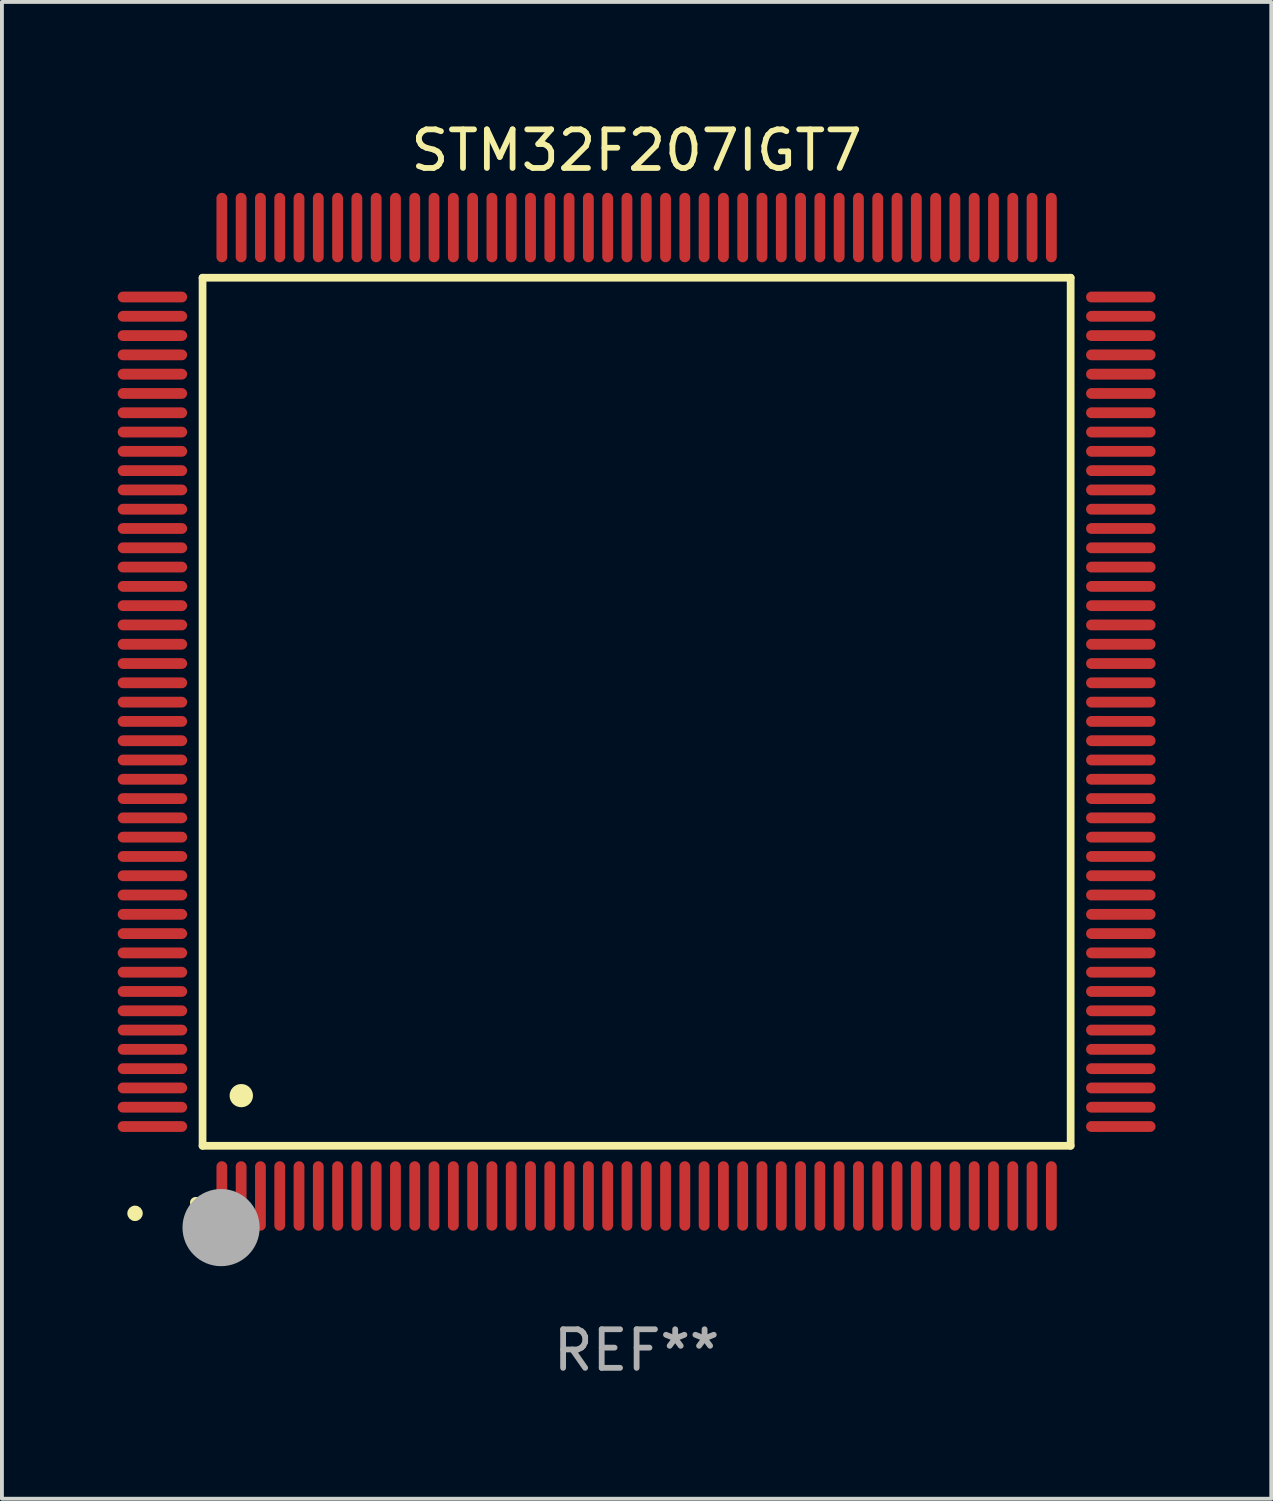
<source format=kicad_pcb>
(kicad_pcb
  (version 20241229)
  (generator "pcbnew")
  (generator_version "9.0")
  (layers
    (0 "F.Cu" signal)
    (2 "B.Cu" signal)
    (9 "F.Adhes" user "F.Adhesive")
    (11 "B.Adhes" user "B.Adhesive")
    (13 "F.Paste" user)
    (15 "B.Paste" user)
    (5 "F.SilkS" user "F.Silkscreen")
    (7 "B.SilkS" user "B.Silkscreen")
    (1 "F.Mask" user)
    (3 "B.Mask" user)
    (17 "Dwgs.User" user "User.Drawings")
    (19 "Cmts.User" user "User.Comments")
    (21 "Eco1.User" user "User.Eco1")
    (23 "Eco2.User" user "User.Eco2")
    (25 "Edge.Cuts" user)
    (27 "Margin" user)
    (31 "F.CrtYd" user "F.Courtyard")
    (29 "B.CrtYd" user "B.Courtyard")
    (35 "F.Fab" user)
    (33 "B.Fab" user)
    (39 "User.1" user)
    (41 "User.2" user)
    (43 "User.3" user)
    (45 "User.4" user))
  (footprint "STM32F207IGT7"
    (layer "F.Cu")
    (at 13.45 15.398)
    (property "Reference" "STM32F207IGT7" (at 0 -14.55 0) (layer "F.SilkS") (effects (font (size 1 1) (thickness 0.15))))
    (attr through_hole)
    (fp_line (start -11.25 -11.25) (end 11.25 -11.25) (stroke (width 0.2) (type solid)) (layer "F.SilkS"))
    (fp_line (start -11.25 11.25) (end -11.25 -11.25) (stroke (width 0.2) (type solid)) (layer "F.SilkS"))
    (fp_line (start 11.25 -11.25) (end 11.25 11.25) (stroke (width 0.2) (type solid)) (layer "F.SilkS"))
    (fp_line (start 11.25 11.25) (end -11.25 11.25) (stroke (width 0.2) (type solid)) (layer "F.SilkS"))
    (fp_arc (start -11.424943 12.725425) (mid -11.423673 12.72542) (end -11.422403 12.725425) (stroke (width 0.3) (type solid)) (layer "F.SilkS"))
    (fp_arc (start -10.24892 9.9492) (mid -10.24638 9.949189) (end -10.24384 9.9492) (stroke (width 0.6) (type solid)) (layer "F.SilkS"))
    (fp_circle (center -13 13) (end -12.9 13) (stroke (width 0.2) (type solid)) (fill no) (layer "F.SilkS"))
    (fp_circle (center -10.77 13.37) (end -10.27 13.37) (stroke (width 1) (type solid)) (fill no) (layer "F.Fab"))
    (fp_text user "REF**" (at 0 16.55 0) (layer "F.Fab") (effects (font (size 1 1) (thickness 0.15))))
    (pad "1" smd oval (at -10.75 12.55) (size 0.28 1.8) (layers "F.Cu" "F.Mask" "F.Paste"))
    (pad "2" smd oval (at -10.25 12.55) (size 0.28 1.8) (layers "F.Cu" "F.Mask" "F.Paste"))
    (pad "3" smd oval (at -9.75 12.55) (size 0.28 1.8) (layers "F.Cu" "F.Mask" "F.Paste"))
    (pad "4" smd oval (at -9.25 12.55) (size 0.28 1.8) (layers "F.Cu" "F.Mask" "F.Paste"))
    (pad "5" smd oval (at -8.75 12.55) (size 0.28 1.8) (layers "F.Cu" "F.Mask" "F.Paste"))
    (pad "6" smd oval (at -8.25 12.55) (size 0.28 1.8) (layers "F.Cu" "F.Mask" "F.Paste"))
    (pad "7" smd oval (at -7.75 12.55) (size 0.28 1.8) (layers "F.Cu" "F.Mask" "F.Paste"))
    (pad "8" smd oval (at -7.25 12.55) (size 0.28 1.8) (layers "F.Cu" "F.Mask" "F.Paste"))
    (pad "9" smd oval (at -6.75 12.55) (size 0.28 1.8) (layers "F.Cu" "F.Mask" "F.Paste"))
    (pad "10" smd oval (at -6.25 12.55) (size 0.28 1.8) (layers "F.Cu" "F.Mask" "F.Paste"))
    (pad "11" smd oval (at -5.75 12.55) (size 0.28 1.8) (layers "F.Cu" "F.Mask" "F.Paste"))
    (pad "12" smd oval (at -5.25 12.55) (size 0.28 1.8) (layers "F.Cu" "F.Mask" "F.Paste"))
    (pad "13" smd oval (at -4.75 12.55) (size 0.28 1.8) (layers "F.Cu" "F.Mask" "F.Paste"))
    (pad "14" smd oval (at -4.25 12.55) (size 0.28 1.8) (layers "F.Cu" "F.Mask" "F.Paste"))
    (pad "15" smd oval (at -3.75 12.55) (size 0.28 1.8) (layers "F.Cu" "F.Mask" "F.Paste"))
    (pad "16" smd oval (at -3.25 12.55) (size 0.28 1.8) (layers "F.Cu" "F.Mask" "F.Paste"))
    (pad "17" smd oval (at -2.75 12.55) (size 0.28 1.8) (layers "F.Cu" "F.Mask" "F.Paste"))
    (pad "18" smd oval (at -2.25 12.55) (size 0.28 1.8) (layers "F.Cu" "F.Mask" "F.Paste"))
    (pad "19" smd oval (at -1.75 12.55) (size 0.28 1.8) (layers "F.Cu" "F.Mask" "F.Paste"))
    (pad "20" smd oval (at -1.25 12.55) (size 0.28 1.8) (layers "F.Cu" "F.Mask" "F.Paste"))
    (pad "21" smd oval (at -0.75 12.55) (size 0.28 1.8) (layers "F.Cu" "F.Mask" "F.Paste"))
    (pad "22" smd oval (at -0.25 12.55) (size 0.28 1.8) (layers "F.Cu" "F.Mask" "F.Paste"))
    (pad "23" smd oval (at 0.25 12.55) (size 0.28 1.8) (layers "F.Cu" "F.Mask" "F.Paste"))
    (pad "24" smd oval (at 0.75 12.55) (size 0.28 1.8) (layers "F.Cu" "F.Mask" "F.Paste"))
    (pad "25" smd oval (at 1.25 12.55) (size 0.28 1.8) (layers "F.Cu" "F.Mask" "F.Paste"))
    (pad "26" smd oval (at 1.75 12.55) (size 0.28 1.8) (layers "F.Cu" "F.Mask" "F.Paste"))
    (pad "27" smd oval (at 2.25 12.55) (size 0.28 1.8) (layers "F.Cu" "F.Mask" "F.Paste"))
    (pad "28" smd oval (at 2.75 12.55) (size 0.28 1.8) (layers "F.Cu" "F.Mask" "F.Paste"))
    (pad "29" smd oval (at 3.25 12.55) (size 0.28 1.8) (layers "F.Cu" "F.Mask" "F.Paste"))
    (pad "30" smd oval (at 3.75 12.55) (size 0.28 1.8) (layers "F.Cu" "F.Mask" "F.Paste"))
    (pad "31" smd oval (at 4.25 12.55) (size 0.28 1.8) (layers "F.Cu" "F.Mask" "F.Paste"))
    (pad "32" smd oval (at 4.75 12.55) (size 0.28 1.8) (layers "F.Cu" "F.Mask" "F.Paste"))
    (pad "33" smd oval (at 5.25 12.55) (size 0.28 1.8) (layers "F.Cu" "F.Mask" "F.Paste"))
    (pad "34" smd oval (at 5.75 12.55) (size 0.28 1.8) (layers "F.Cu" "F.Mask" "F.Paste"))
    (pad "35" smd oval (at 6.25 12.55) (size 0.28 1.8) (layers "F.Cu" "F.Mask" "F.Paste"))
    (pad "36" smd oval (at 6.75 12.55) (size 0.28 1.8) (layers "F.Cu" "F.Mask" "F.Paste"))
    (pad "37" smd oval (at 7.25 12.55) (size 0.28 1.8) (layers "F.Cu" "F.Mask" "F.Paste"))
    (pad "38" smd oval (at 7.75 12.55) (size 0.28 1.8) (layers "F.Cu" "F.Mask" "F.Paste"))
    (pad "39" smd oval (at 8.25 12.55) (size 0.28 1.8) (layers "F.Cu" "F.Mask" "F.Paste"))
    (pad "40" smd oval (at 8.75 12.55) (size 0.28 1.8) (layers "F.Cu" "F.Mask" "F.Paste"))
    (pad "41" smd oval (at 9.25 12.55) (size 0.28 1.8) (layers "F.Cu" "F.Mask" "F.Paste"))
    (pad "42" smd oval (at 9.75 12.55) (size 0.28 1.8) (layers "F.Cu" "F.Mask" "F.Paste"))
    (pad "43" smd oval (at 10.25 12.55) (size 0.28 1.8) (layers "F.Cu" "F.Mask" "F.Paste"))
    (pad "44" smd oval (at 10.75 12.55) (size 0.28 1.8) (layers "F.Cu" "F.Mask" "F.Paste"))
    (pad "45" smd oval (at 12.55 10.75) (size 1.8 0.28) (layers "F.Cu" "F.Mask" "F.Paste"))
    (pad "46" smd oval (at 12.55 10.25) (size 1.8 0.28) (layers "F.Cu" "F.Mask" "F.Paste"))
    (pad "47" smd oval (at 12.55 9.75) (size 1.8 0.28) (layers "F.Cu" "F.Mask" "F.Paste"))
    (pad "48" smd oval (at 12.55 9.25) (size 1.8 0.28) (layers "F.Cu" "F.Mask" "F.Paste"))
    (pad "49" smd oval (at 12.55 8.75) (size 1.8 0.28) (layers "F.Cu" "F.Mask" "F.Paste"))
    (pad "50" smd oval (at 12.55 8.25) (size 1.8 0.28) (layers "F.Cu" "F.Mask" "F.Paste"))
    (pad "51" smd oval (at 12.55 7.75) (size 1.8 0.28) (layers "F.Cu" "F.Mask" "F.Paste"))
    (pad "52" smd oval (at 12.55 7.25) (size 1.8 0.28) (layers "F.Cu" "F.Mask" "F.Paste"))
    (pad "53" smd oval (at 12.55 6.75) (size 1.8 0.28) (layers "F.Cu" "F.Mask" "F.Paste"))
    (pad "54" smd oval (at 12.55 6.25) (size 1.8 0.28) (layers "F.Cu" "F.Mask" "F.Paste"))
    (pad "55" smd oval (at 12.55 5.75) (size 1.8 0.28) (layers "F.Cu" "F.Mask" "F.Paste"))
    (pad "56" smd oval (at 12.55 5.25) (size 1.8 0.28) (layers "F.Cu" "F.Mask" "F.Paste"))
    (pad "57" smd oval (at 12.55 4.75) (size 1.8 0.28) (layers "F.Cu" "F.Mask" "F.Paste"))
    (pad "58" smd oval (at 12.55 4.25) (size 1.8 0.28) (layers "F.Cu" "F.Mask" "F.Paste"))
    (pad "59" smd oval (at 12.55 3.75) (size 1.8 0.28) (layers "F.Cu" "F.Mask" "F.Paste"))
    (pad "60" smd oval (at 12.55 3.25) (size 1.8 0.28) (layers "F.Cu" "F.Mask" "F.Paste"))
    (pad "61" smd oval (at 12.55 2.75) (size 1.8 0.28) (layers "F.Cu" "F.Mask" "F.Paste"))
    (pad "62" smd oval (at 12.55 2.25) (size 1.8 0.28) (layers "F.Cu" "F.Mask" "F.Paste"))
    (pad "63" smd oval (at 12.55 1.75) (size 1.8 0.28) (layers "F.Cu" "F.Mask" "F.Paste"))
    (pad "64" smd oval (at 12.55 1.25) (size 1.8 0.28) (layers "F.Cu" "F.Mask" "F.Paste"))
    (pad "65" smd oval (at 12.55 0.75) (size 1.8 0.28) (layers "F.Cu" "F.Mask" "F.Paste"))
    (pad "66" smd oval (at 12.55 0.25) (size 1.8 0.28) (layers "F.Cu" "F.Mask" "F.Paste"))
    (pad "67" smd oval (at 12.55 -0.25) (size 1.8 0.28) (layers "F.Cu" "F.Mask" "F.Paste"))
    (pad "68" smd oval (at 12.55 -0.75) (size 1.8 0.28) (layers "F.Cu" "F.Mask" "F.Paste"))
    (pad "69" smd oval (at 12.55 -1.25) (size 1.8 0.28) (layers "F.Cu" "F.Mask" "F.Paste"))
    (pad "70" smd oval (at 12.55 -1.75) (size 1.8 0.28) (layers "F.Cu" "F.Mask" "F.Paste"))
    (pad "71" smd oval (at 12.55 -2.25) (size 1.8 0.28) (layers "F.Cu" "F.Mask" "F.Paste"))
    (pad "72" smd oval (at 12.55 -2.75) (size 1.8 0.28) (layers "F.Cu" "F.Mask" "F.Paste"))
    (pad "73" smd oval (at 12.55 -3.25) (size 1.8 0.28) (layers "F.Cu" "F.Mask" "F.Paste"))
    (pad "74" smd oval (at 12.55 -3.75) (size 1.8 0.28) (layers "F.Cu" "F.Mask" "F.Paste"))
    (pad "75" smd oval (at 12.55 -4.25) (size 1.8 0.28) (layers "F.Cu" "F.Mask" "F.Paste"))
    (pad "76" smd oval (at 12.55 -4.75) (size 1.8 0.28) (layers "F.Cu" "F.Mask" "F.Paste"))
    (pad "77" smd oval (at 12.55 -5.25) (size 1.8 0.28) (layers "F.Cu" "F.Mask" "F.Paste"))
    (pad "78" smd oval (at 12.55 -5.75) (size 1.8 0.28) (layers "F.Cu" "F.Mask" "F.Paste"))
    (pad "79" smd oval (at 12.55 -6.25) (size 1.8 0.28) (layers "F.Cu" "F.Mask" "F.Paste"))
    (pad "80" smd oval (at 12.55 -6.75) (size 1.8 0.28) (layers "F.Cu" "F.Mask" "F.Paste"))
    (pad "81" smd oval (at 12.55 -7.25) (size 1.8 0.28) (layers "F.Cu" "F.Mask" "F.Paste"))
    (pad "82" smd oval (at 12.55 -7.75) (size 1.8 0.28) (layers "F.Cu" "F.Mask" "F.Paste"))
    (pad "83" smd oval (at 12.55 -8.25) (size 1.8 0.28) (layers "F.Cu" "F.Mask" "F.Paste"))
    (pad "84" smd oval (at 12.55 -8.75) (size 1.8 0.28) (layers "F.Cu" "F.Mask" "F.Paste"))
    (pad "85" smd oval (at 12.55 -9.25) (size 1.8 0.28) (layers "F.Cu" "F.Mask" "F.Paste"))
    (pad "86" smd oval (at 12.55 -9.75) (size 1.8 0.28) (layers "F.Cu" "F.Mask" "F.Paste"))
    (pad "87" smd oval (at 12.55 -10.25) (size 1.8 0.28) (layers "F.Cu" "F.Mask" "F.Paste"))
    (pad "88" smd oval (at 12.55 -10.75) (size 1.8 0.28) (layers "F.Cu" "F.Mask" "F.Paste"))
    (pad "89" smd oval (at 10.75 -12.55) (size 0.28 1.8) (layers "F.Cu" "F.Mask" "F.Paste"))
    (pad "90" smd oval (at 10.25 -12.55) (size 0.28 1.8) (layers "F.Cu" "F.Mask" "F.Paste"))
    (pad "91" smd oval (at 9.75 -12.55) (size 0.28 1.8) (layers "F.Cu" "F.Mask" "F.Paste"))
    (pad "92" smd oval (at 9.25 -12.55) (size 0.28 1.8) (layers "F.Cu" "F.Mask" "F.Paste"))
    (pad "93" smd oval (at 8.75 -12.55) (size 0.28 1.8) (layers "F.Cu" "F.Mask" "F.Paste"))
    (pad "94" smd oval (at 8.25 -12.55) (size 0.28 1.8) (layers "F.Cu" "F.Mask" "F.Paste"))
    (pad "95" smd oval (at 7.75 -12.55) (size 0.28 1.8) (layers "F.Cu" "F.Mask" "F.Paste"))
    (pad "96" smd oval (at 7.25 -12.55) (size 0.28 1.8) (layers "F.Cu" "F.Mask" "F.Paste"))
    (pad "97" smd oval (at 6.75 -12.55) (size 0.28 1.8) (layers "F.Cu" "F.Mask" "F.Paste"))
    (pad "98" smd oval (at 6.25 -12.55) (size 0.28 1.8) (layers "F.Cu" "F.Mask" "F.Paste"))
    (pad "99" smd oval (at 5.75 -12.55) (size 0.28 1.8) (layers "F.Cu" "F.Mask" "F.Paste"))
    (pad "100" smd oval (at 5.25 -12.55) (size 0.28 1.8) (layers "F.Cu" "F.Mask" "F.Paste"))
    (pad "101" smd oval (at 4.75 -12.55) (size 0.28 1.8) (layers "F.Cu" "F.Mask" "F.Paste"))
    (pad "102" smd oval (at 4.25 -12.55) (size 0.28 1.8) (layers "F.Cu" "F.Mask" "F.Paste"))
    (pad "103" smd oval (at 3.75 -12.55) (size 0.28 1.8) (layers "F.Cu" "F.Mask" "F.Paste"))
    (pad "104" smd oval (at 3.25 -12.55) (size 0.28 1.8) (layers "F.Cu" "F.Mask" "F.Paste"))
    (pad "105" smd oval (at 2.75 -12.55) (size 0.28 1.8) (layers "F.Cu" "F.Mask" "F.Paste"))
    (pad "106" smd oval (at 2.25 -12.55) (size 0.28 1.8) (layers "F.Cu" "F.Mask" "F.Paste"))
    (pad "107" smd oval (at 1.75 -12.55) (size 0.28 1.8) (layers "F.Cu" "F.Mask" "F.Paste"))
    (pad "108" smd oval (at 1.25 -12.55) (size 0.28 1.8) (layers "F.Cu" "F.Mask" "F.Paste"))
    (pad "109" smd oval (at 0.75 -12.55) (size 0.28 1.8) (layers "F.Cu" "F.Mask" "F.Paste"))
    (pad "110" smd oval (at 0.25 -12.55) (size 0.28 1.8) (layers "F.Cu" "F.Mask" "F.Paste"))
    (pad "111" smd oval (at -0.25 -12.55) (size 0.28 1.8) (layers "F.Cu" "F.Mask" "F.Paste"))
    (pad "112" smd oval (at -0.75 -12.55) (size 0.28 1.8) (layers "F.Cu" "F.Mask" "F.Paste"))
    (pad "113" smd oval (at -1.25 -12.55) (size 0.28 1.8) (layers "F.Cu" "F.Mask" "F.Paste"))
    (pad "114" smd oval (at -1.75 -12.55) (size 0.28 1.8) (layers "F.Cu" "F.Mask" "F.Paste"))
    (pad "115" smd oval (at -2.25 -12.55) (size 0.28 1.8) (layers "F.Cu" "F.Mask" "F.Paste"))
    (pad "116" smd oval (at -2.75 -12.55) (size 0.28 1.8) (layers "F.Cu" "F.Mask" "F.Paste"))
    (pad "117" smd oval (at -3.25 -12.55) (size 0.28 1.8) (layers "F.Cu" "F.Mask" "F.Paste"))
    (pad "118" smd oval (at -3.75 -12.55) (size 0.28 1.8) (layers "F.Cu" "F.Mask" "F.Paste"))
    (pad "119" smd oval (at -4.25 -12.55) (size 0.28 1.8) (layers "F.Cu" "F.Mask" "F.Paste"))
    (pad "120" smd oval (at -4.75 -12.55) (size 0.28 1.8) (layers "F.Cu" "F.Mask" "F.Paste"))
    (pad "121" smd oval (at -5.25 -12.55) (size 0.28 1.8) (layers "F.Cu" "F.Mask" "F.Paste"))
    (pad "122" smd oval (at -5.75 -12.55) (size 0.28 1.8) (layers "F.Cu" "F.Mask" "F.Paste"))
    (pad "123" smd oval (at -6.25 -12.55) (size 0.28 1.8) (layers "F.Cu" "F.Mask" "F.Paste"))
    (pad "124" smd oval (at -6.75 -12.55) (size 0.28 1.8) (layers "F.Cu" "F.Mask" "F.Paste"))
    (pad "125" smd oval (at -7.25 -12.55) (size 0.28 1.8) (layers "F.Cu" "F.Mask" "F.Paste"))
    (pad "126" smd oval (at -7.75 -12.55) (size 0.28 1.8) (layers "F.Cu" "F.Mask" "F.Paste"))
    (pad "127" smd oval (at -8.25 -12.55) (size 0.28 1.8) (layers "F.Cu" "F.Mask" "F.Paste"))
    (pad "128" smd oval (at -8.75 -12.55) (size 0.28 1.8) (layers "F.Cu" "F.Mask" "F.Paste"))
    (pad "129" smd oval (at -9.25 -12.55) (size 0.28 1.8) (layers "F.Cu" "F.Mask" "F.Paste"))
    (pad "130" smd oval (at -9.75 -12.55) (size 0.28 1.8) (layers "F.Cu" "F.Mask" "F.Paste"))
    (pad "131" smd oval (at -10.25 -12.55) (size 0.28 1.8) (layers "F.Cu" "F.Mask" "F.Paste"))
    (pad "132" smd oval (at -10.75 -12.55) (size 0.28 1.8) (layers "F.Cu" "F.Mask" "F.Paste"))
    (pad "133" smd oval (at -12.55 -10.75) (size 1.8 0.28) (layers "F.Cu" "F.Mask" "F.Paste"))
    (pad "134" smd oval (at -12.55 -10.25) (size 1.8 0.28) (layers "F.Cu" "F.Mask" "F.Paste"))
    (pad "135" smd oval (at -12.55 -9.75) (size 1.8 0.28) (layers "F.Cu" "F.Mask" "F.Paste"))
    (pad "136" smd oval (at -12.55 -9.25) (size 1.8 0.28) (layers "F.Cu" "F.Mask" "F.Paste"))
    (pad "137" smd oval (at -12.55 -8.75) (size 1.8 0.28) (layers "F.Cu" "F.Mask" "F.Paste"))
    (pad "138" smd oval (at -12.55 -8.25) (size 1.8 0.28) (layers "F.Cu" "F.Mask" "F.Paste"))
    (pad "139" smd oval (at -12.55 -7.75) (size 1.8 0.28) (layers "F.Cu" "F.Mask" "F.Paste"))
    (pad "140" smd oval (at -12.55 -7.25) (size 1.8 0.28) (layers "F.Cu" "F.Mask" "F.Paste"))
    (pad "141" smd oval (at -12.55 -6.75) (size 1.8 0.28) (layers "F.Cu" "F.Mask" "F.Paste"))
    (pad "142" smd oval (at -12.55 -6.25) (size 1.8 0.28) (layers "F.Cu" "F.Mask" "F.Paste"))
    (pad "143" smd oval (at -12.55 -5.75) (size 1.8 0.28) (layers "F.Cu" "F.Mask" "F.Paste"))
    (pad "144" smd oval (at -12.55 -5.25) (size 1.8 0.28) (layers "F.Cu" "F.Mask" "F.Paste"))
    (pad "145" smd oval (at -12.55 -4.75) (size 1.8 0.28) (layers "F.Cu" "F.Mask" "F.Paste"))
    (pad "146" smd oval (at -12.55 -4.25) (size 1.8 0.28) (layers "F.Cu" "F.Mask" "F.Paste"))
    (pad "147" smd oval (at -12.55 -3.75) (size 1.8 0.28) (layers "F.Cu" "F.Mask" "F.Paste"))
    (pad "148" smd oval (at -12.55 -3.25) (size 1.8 0.28) (layers "F.Cu" "F.Mask" "F.Paste"))
    (pad "149" smd oval (at -12.55 -2.75) (size 1.8 0.28) (layers "F.Cu" "F.Mask" "F.Paste"))
    (pad "150" smd oval (at -12.55 -2.25) (size 1.8 0.28) (layers "F.Cu" "F.Mask" "F.Paste"))
    (pad "151" smd oval (at -12.55 -1.75) (size 1.8 0.28) (layers "F.Cu" "F.Mask" "F.Paste"))
    (pad "152" smd oval (at -12.55 -1.25) (size 1.8 0.28) (layers "F.Cu" "F.Mask" "F.Paste"))
    (pad "153" smd oval (at -12.55 -0.75) (size 1.8 0.28) (layers "F.Cu" "F.Mask" "F.Paste"))
    (pad "154" smd oval (at -12.55 -0.25) (size 1.8 0.28) (layers "F.Cu" "F.Mask" "F.Paste"))
    (pad "155" smd oval (at -12.55 0.25) (size 1.8 0.28) (layers "F.Cu" "F.Mask" "F.Paste"))
    (pad "156" smd oval (at -12.55 0.75) (size 1.8 0.28) (layers "F.Cu" "F.Mask" "F.Paste"))
    (pad "157" smd oval (at -12.55 1.25) (size 1.8 0.28) (layers "F.Cu" "F.Mask" "F.Paste"))
    (pad "158" smd oval (at -12.55 1.75) (size 1.8 0.28) (layers "F.Cu" "F.Mask" "F.Paste"))
    (pad "159" smd oval (at -12.55 2.25) (size 1.8 0.28) (layers "F.Cu" "F.Mask" "F.Paste"))
    (pad "160" smd oval (at -12.55 2.75) (size 1.8 0.28) (layers "F.Cu" "F.Mask" "F.Paste"))
    (pad "161" smd oval (at -12.55 3.25) (size 1.8 0.28) (layers "F.Cu" "F.Mask" "F.Paste"))
    (pad "162" smd oval (at -12.55 3.75) (size 1.8 0.28) (layers "F.Cu" "F.Mask" "F.Paste"))
    (pad "163" smd oval (at -12.55 4.25) (size 1.8 0.28) (layers "F.Cu" "F.Mask" "F.Paste"))
    (pad "164" smd oval (at -12.55 4.75) (size 1.8 0.28) (layers "F.Cu" "F.Mask" "F.Paste"))
    (pad "165" smd oval (at -12.55 5.25) (size 1.8 0.28) (layers "F.Cu" "F.Mask" "F.Paste"))
    (pad "166" smd oval (at -12.55 5.75) (size 1.8 0.28) (layers "F.Cu" "F.Mask" "F.Paste"))
    (pad "167" smd oval (at -12.55 6.25) (size 1.8 0.28) (layers "F.Cu" "F.Mask" "F.Paste"))
    (pad "168" smd oval (at -12.55 6.75) (size 1.8 0.28) (layers "F.Cu" "F.Mask" "F.Paste"))
    (pad "169" smd oval (at -12.55 7.25) (size 1.8 0.28) (layers "F.Cu" "F.Mask" "F.Paste"))
    (pad "170" smd oval (at -12.55 7.75) (size 1.8 0.28) (layers "F.Cu" "F.Mask" "F.Paste"))
    (pad "171" smd oval (at -12.55 8.25) (size 1.8 0.28) (layers "F.Cu" "F.Mask" "F.Paste"))
    (pad "172" smd oval (at -12.55 8.75) (size 1.8 0.28) (layers "F.Cu" "F.Mask" "F.Paste"))
    (pad "173" smd oval (at -12.55 9.25) (size 1.8 0.28) (layers "F.Cu" "F.Mask" "F.Paste"))
    (pad "174" smd oval (at -12.55 9.75) (size 1.8 0.28) (layers "F.Cu" "F.Mask" "F.Paste"))
    (pad "175" smd oval (at -12.55 10.25) (size 1.8 0.28) (layers "F.Cu" "F.Mask" "F.Paste"))
    (pad "176" smd oval (at -12.55 10.75) (size 1.8 0.28) (layers "F.Cu" "F.Mask" "F.Paste")))
  (gr_rect
    (start -3 -3)
    (end 29.9 35.796)
    (stroke (width 0.1) (type default))
    (fill no)
    (layer "Edge.Cuts")))
</source>
